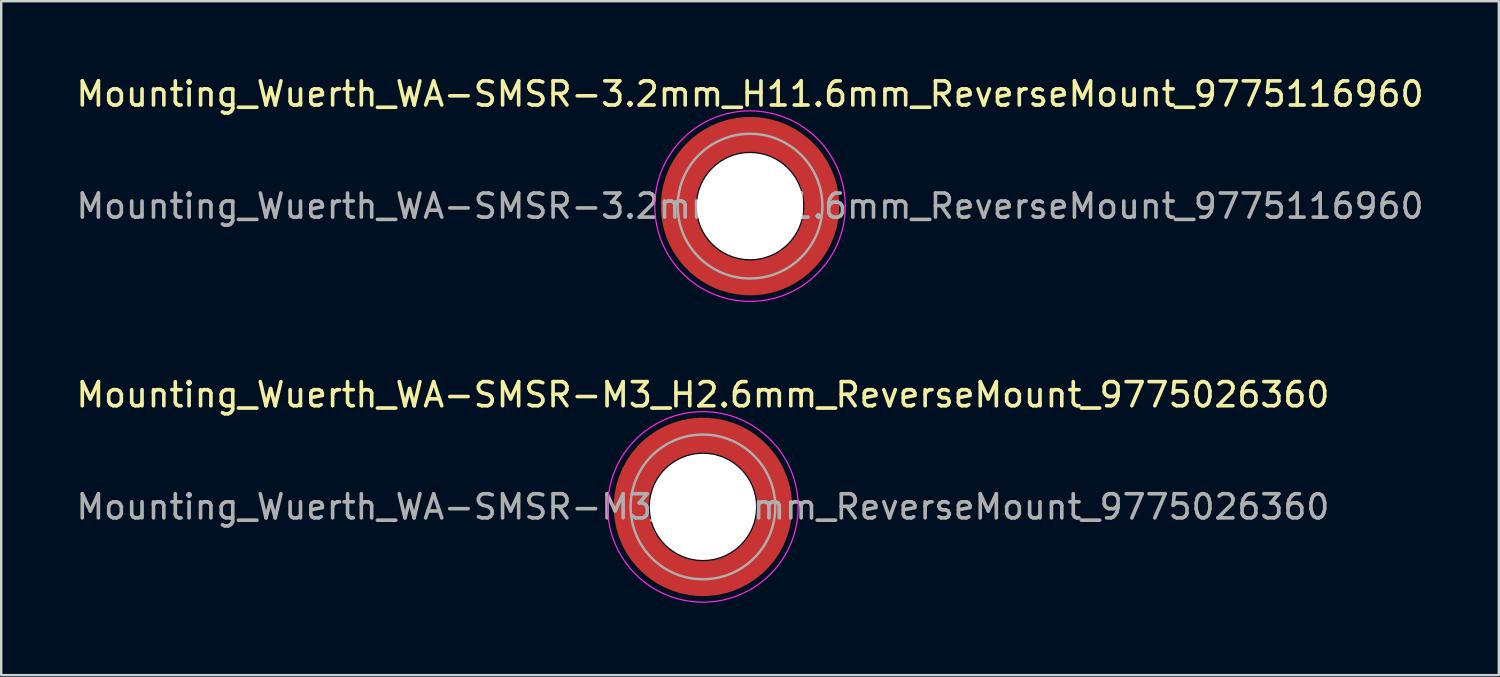
<source format=kicad_pcb>
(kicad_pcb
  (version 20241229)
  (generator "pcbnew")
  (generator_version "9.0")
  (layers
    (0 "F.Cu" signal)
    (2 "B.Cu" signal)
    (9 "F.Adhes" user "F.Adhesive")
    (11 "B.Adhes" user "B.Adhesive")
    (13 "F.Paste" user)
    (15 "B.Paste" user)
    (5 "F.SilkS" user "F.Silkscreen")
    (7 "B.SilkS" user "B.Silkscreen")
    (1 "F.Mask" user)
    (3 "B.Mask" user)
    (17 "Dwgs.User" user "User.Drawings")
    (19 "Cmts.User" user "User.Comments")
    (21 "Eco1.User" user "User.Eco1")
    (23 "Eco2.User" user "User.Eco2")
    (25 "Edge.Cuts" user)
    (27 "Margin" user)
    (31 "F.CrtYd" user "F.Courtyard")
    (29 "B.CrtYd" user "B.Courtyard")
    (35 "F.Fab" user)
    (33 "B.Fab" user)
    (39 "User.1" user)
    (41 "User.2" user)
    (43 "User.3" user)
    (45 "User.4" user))
  (footprint "Mounting_Wuerth_WA-SMSR-M3_H2.6mm_ReverseMount_9775026360"
    (layer "F.Cu")
    (at 26.101 17.971)
    (property "Reference" "Mounting_Wuerth_WA-SMSR-M3_H2.6mm_ReverseMount_9775026360" (at 0 -4.65 0) (layer "F.SilkS") (effects (font (size 1 1) (thickness 0.15))))
    (property "Mouser Part no." "" (at 0 0 0) (layer "F.Fab") (effects (font (size 1.27 1.27) (thickness 0.15))))
    (property "Mouser link" "" (at 0 0 0) (layer "F.Fab") (effects (font (size 1.27 1.27) (thickness 0.15))))
    (attr smd)
    (fp_circle (center 0 0) (end 3.95 0) (stroke (width 0.05) (type solid)) (fill no) (layer "F.CrtYd"))
    (fp_circle (center 0 0) (end 3 0) (stroke (width 0.1) (type solid)) (fill no) (layer "F.Fab"))
    (fp_text user "${REFERENCE}" (at 0 0 0) (layer "F.Fab") (effects (font (size 1 1) (thickness 0.15))))
    (pad "" smd custom (at -2.095 -2.095) (size 0.945 0.945) (layers "F.Paste") (options (anchor circle)) (primitives (gr_arc (start -0.24231 1.594804) (mid 0.404104 0.405534) (end 1.592827 -0.241886) (width 0.2)) (gr_arc (start -0.3398 1.594804) (mid 0.335987 0.338711) (end 1.591031 -0.339022) (width 0.2)) (gr_arc (start -0.437132 1.594804) (mid 0.268952 0.270807) (end 1.592231 -0.436623) (width 0.2)) (gr_arc (start -0.534324 1.594804) (mid 0.201345 0.203474) (end 1.591846 -0.53376) (width 0.2)) (gr_arc (start -0.631391 1.594804) (mid 0.134696 0.135183) (end 1.594126 -0.631267) (width 0.2)) (gr_arc (start -0.728345 1.594804) (mid 0.067234 0.067705) (end 1.594149 -0.728229) (width 0.2)) (gr_arc (start -0.825197 1.594804) (mid -0.001218 0.001219) (end 1.591408 -0.824614) (width 0.2)) (gr_arc (start -0.921958 1.594804) (mid -0.068952 -0.065985) (end 1.590665 -0.921269) (width 0.2)) (gr_arc (start -1.018637 1.594804) (mid -0.135972 -0.133907) (end 1.59192 -1.018172) (width 0.2)) (gr_arc (start -1.115239 1.594804) (mid -0.20428 -0.200537) (end 1.589574 -1.11442) (width 0.2)) (gr_arc (start -1.211773 1.594804) (mid -0.26993 -0.269828) (end 1.594662 -1.211751) (width 0.2)) (gr_arc (start -1.308244 1.594804) (mid -0.33911 -0.335587) (end 1.589875 -1.307516) (width 0.2)) (gr_arc (start -1.404657 1.594804) (mid -0.405633 -0.404004) (end 1.592524 -1.404331) (width 0.2)) (gr_arc (start -1.404657 1.594804) (mid -0.405633 -0.404004) (end 1.592524 -1.404331) (width 0.2)) (gr_line (start 1.595 -0.242) (end 1.595 -1.405) (width 0.2)) (gr_line (start -0.242 1.595) (end -1.405 1.595) (width 0.2))))
    (pad "" smd custom (at -2.095 2.095) (size 0.945 0.945) (layers "F.Paste") (options (anchor circle)) (primitives (gr_arc (start 1.594804 0.24231) (mid 0.405534 -0.404104) (end -0.241886 -1.592827) (width 0.2)) (gr_arc (start 1.594804 0.3398) (mid 0.338711 -0.335987) (end -0.339022 -1.591031) (width 0.2)) (gr_arc (start 1.594804 0.437132) (mid 0.270807 -0.268952) (end -0.436623 -1.592231) (width 0.2)) (gr_arc (start 1.594804 0.534324) (mid 0.203474 -0.201345) (end -0.53376 -1.591846) (width 0.2)) (gr_arc (start 1.594804 0.631391) (mid 0.135183 -0.134696) (end -0.631267 -1.594126) (width 0.2)) (gr_arc (start 1.594804 0.728345) (mid 0.067705 -0.067234) (end -0.728229 -1.594149) (width 0.2)) (gr_arc (start 1.594804 0.825197) (mid 0.001219 0.001218) (end -0.824614 -1.591408) (width 0.2)) (gr_arc (start 1.594804 0.921958) (mid -0.065985 0.068952) (end -0.921269 -1.590665) (width 0.2)) (gr_arc (start 1.594804 1.018637) (mid -0.133907 0.135972) (end -1.018172 -1.59192) (width 0.2)) (gr_arc (start 1.594804 1.115239) (mid -0.200537 0.20428) (end -1.11442 -1.589574) (width 0.2)) (gr_arc (start 1.594804 1.211773) (mid -0.269828 0.26993) (end -1.211751 -1.594662) (width 0.2)) (gr_arc (start 1.594804 1.308244) (mid -0.335587 0.33911) (end -1.307516 -1.589875) (width 0.2)) (gr_arc (start 1.594804 1.404657) (mid -0.404004 0.405633) (end -1.404331 -1.592524) (width 0.2)) (gr_arc (start 1.594804 1.404657) (mid -0.404004 0.405633) (end -1.404331 -1.592524) (width 0.2)) (gr_line (start -0.242 -1.595) (end -1.405 -1.595) (width 0.2)) (gr_line (start 1.595 0.242) (end 1.595 1.405) (width 0.2))))
    (pad "" np_thru_hole circle (at 0 0) (size 4.4 4.4) (drill 4.4) (layers "*.Cu" "*.Mask"))
    (pad "" smd custom (at 2.095 -2.095) (size 0.945 0.945) (layers "F.Paste") (options (anchor circle)) (primitives (gr_arc (start -1.594804 -0.24231) (mid -0.405534 0.404104) (end 0.241886 1.592827) (width 0.2)) (gr_arc (start -1.594804 -0.3398) (mid -0.338711 0.335987) (end 0.339022 1.591031) (width 0.2)) (gr_arc (start -1.594804 -0.437132) (mid -0.270807 0.268952) (end 0.436623 1.592231) (width 0.2)) (gr_arc (start -1.594804 -0.534324) (mid -0.203474 0.201345) (end 0.53376 1.591846) (width 0.2)) (gr_arc (start -1.594804 -0.631391) (mid -0.135183 0.134696) (end 0.631267 1.594126) (width 0.2)) (gr_arc (start -1.594804 -0.728345) (mid -0.067705 0.067234) (end 0.728229 1.594149) (width 0.2)) (gr_arc (start -1.594804 -0.825197) (mid -0.001219 -0.001218) (end 0.824614 1.591408) (width 0.2)) (gr_arc (start -1.594804 -0.921958) (mid 0.065985 -0.068952) (end 0.921269 1.590665) (width 0.2)) (gr_arc (start -1.594804 -1.018637) (mid 0.133907 -0.135972) (end 1.018172 1.59192) (width 0.2)) (gr_arc (start -1.594804 -1.115239) (mid 0.200537 -0.20428) (end 1.11442 1.589574) (width 0.2)) (gr_arc (start -1.594804 -1.211773) (mid 0.269828 -0.26993) (end 1.211751 1.594662) (width 0.2)) (gr_arc (start -1.594804 -1.308244) (mid 0.335587 -0.33911) (end 1.307516 1.589875) (width 0.2)) (gr_arc (start -1.594804 -1.404657) (mid 0.404004 -0.405633) (end 1.404331 1.592524) (width 0.2)) (gr_arc (start -1.594804 -1.404657) (mid 0.404004 -0.405633) (end 1.404331 1.592524) (width 0.2)) (gr_line (start 0.242 1.595) (end 1.405 1.595) (width 0.2)) (gr_line (start -1.595 -0.242) (end -1.595 -1.405) (width 0.2))))
    (pad "" smd custom (at 2.095 2.095) (size 0.945 0.945) (layers "F.Paste") (options (anchor circle)) (primitives (gr_arc (start 0.24231 -1.594804) (mid -0.404104 -0.405534) (end -1.592827 0.241886) (width 0.2)) (gr_arc (start 0.3398 -1.594804) (mid -0.335987 -0.338711) (end -1.591031 0.339022) (width 0.2)) (gr_arc (start 0.437132 -1.594804) (mid -0.268952 -0.270807) (end -1.592231 0.436623) (width 0.2)) (gr_arc (start 0.534324 -1.594804) (mid -0.201345 -0.203474) (end -1.591846 0.53376) (width 0.2)) (gr_arc (start 0.631391 -1.594804) (mid -0.134696 -0.135183) (end -1.594126 0.631267) (width 0.2)) (gr_arc (start 0.728345 -1.594804) (mid -0.067234 -0.067705) (end -1.594149 0.728229) (width 0.2)) (gr_arc (start 0.825197 -1.594804) (mid 0.001218 -0.001219) (end -1.591408 0.824614) (width 0.2)) (gr_arc (start 0.921958 -1.594804) (mid 0.068952 0.065985) (end -1.590665 0.921269) (width 0.2)) (gr_arc (start 1.018637 -1.594804) (mid 0.135972 0.133907) (end -1.59192 1.018172) (width 0.2)) (gr_arc (start 1.115239 -1.594804) (mid 0.20428 0.200537) (end -1.589574 1.11442) (width 0.2)) (gr_arc (start 1.211773 -1.594804) (mid 0.26993 0.269828) (end -1.594662 1.211751) (width 0.2)) (gr_arc (start 1.308244 -1.594804) (mid 0.33911 0.335587) (end -1.589875 1.307516) (width 0.2)) (gr_arc (start 1.404657 -1.594804) (mid 0.405633 0.404004) (end -1.592524 1.404331) (width 0.2)) (gr_arc (start 1.404657 -1.594804) (mid 0.405633 0.404004) (end -1.592524 1.404331) (width 0.2)) (gr_line (start -1.595 0.242) (end -1.595 1.405) (width 0.2)) (gr_line (start 0.242 -1.595) (end 1.405 -1.595) (width 0.2))))
    (pad "1" smd circle (at -2.975 0) (size 1.05 1.05) (layers "F.Cu"))
    (pad "1" smd circle (at 0 -2.975) (size 1.05 1.05) (layers "F.Cu"))
    (pad "1" smd circle (at 0 2.975) (size 1.05 1.05) (layers "F.Cu"))
    (pad "1" smd custom (at 2.975 0) (size 1.05 1.05) (layers "F.Cu" "F.Mask") (options (anchor circle)) (primitives (gr_circle (center -2.975 0) (end 0 0) (width 1.45) (fill no)))))
  (footprint "Mounting_Wuerth_WA-SMSR-3.2mm_H11.6mm_ReverseMount_9775116960"
    (layer "F.Cu")
    (at 28.054 5.498)
    (property "Reference" "Mounting_Wuerth_WA-SMSR-3.2mm_H11.6mm_ReverseMount_9775116960" (at 0 -4.65 0) (layer "F.SilkS") (effects (font (size 1 1) (thickness 0.15))))
    (property "Mouser Part no." "" (at 0 0 0) (layer "F.Fab") (effects (font (size 1.27 1.27) (thickness 0.15))))
    (property "Mouser link" "" (at 0 0 0) (layer "F.Fab") (effects (font (size 1.27 1.27) (thickness 0.15))))
    (attr smd)
    (fp_circle (center 0 0) (end 3.95 0) (stroke (width 0.05) (type solid)) (fill no) (layer "F.CrtYd"))
    (fp_circle (center 0 0) (end 3 0) (stroke (width 0.1) (type solid)) (fill no) (layer "F.Fab"))
    (fp_text user "${REFERENCE}" (at 0 0 0) (layer "F.Fab") (effects (font (size 1 1) (thickness 0.15))))
    (pad "" smd custom (at -2.095 -2.095) (size 0.945 0.945) (layers "F.Paste") (options (anchor circle)) (primitives (gr_arc (start -0.24231 1.594804) (mid 0.404104 0.405534) (end 1.592827 -0.241886) (width 0.2)) (gr_arc (start -0.3398 1.594804) (mid 0.335987 0.338711) (end 1.591031 -0.339022) (width 0.2)) (gr_arc (start -0.437132 1.594804) (mid 0.268952 0.270807) (end 1.592231 -0.436623) (width 0.2)) (gr_arc (start -0.534324 1.594804) (mid 0.201345 0.203474) (end 1.591846 -0.53376) (width 0.2)) (gr_arc (start -0.631391 1.594804) (mid 0.134696 0.135183) (end 1.594126 -0.631267) (width 0.2)) (gr_arc (start -0.728345 1.594804) (mid 0.067234 0.067705) (end 1.594149 -0.728229) (width 0.2)) (gr_arc (start -0.825197 1.594804) (mid -0.001218 0.001219) (end 1.591408 -0.824614) (width 0.2)) (gr_arc (start -0.921958 1.594804) (mid -0.068952 -0.065985) (end 1.590665 -0.921269) (width 0.2)) (gr_arc (start -1.018637 1.594804) (mid -0.135972 -0.133907) (end 1.59192 -1.018172) (width 0.2)) (gr_arc (start -1.115239 1.594804) (mid -0.20428 -0.200537) (end 1.589574 -1.11442) (width 0.2)) (gr_arc (start -1.211773 1.594804) (mid -0.26993 -0.269828) (end 1.594662 -1.211751) (width 0.2)) (gr_arc (start -1.308244 1.594804) (mid -0.33911 -0.335587) (end 1.589875 -1.307516) (width 0.2)) (gr_arc (start -1.404657 1.594804) (mid -0.405633 -0.404004) (end 1.592524 -1.404331) (width 0.2)) (gr_arc (start -1.404657 1.594804) (mid -0.405633 -0.404004) (end 1.592524 -1.404331) (width 0.2)) (gr_line (start 1.595 -0.242) (end 1.595 -1.405) (width 0.2)) (gr_line (start -0.242 1.595) (end -1.405 1.595) (width 0.2))))
    (pad "" smd custom (at -2.095 2.095) (size 0.945 0.945) (layers "F.Paste") (options (anchor circle)) (primitives (gr_arc (start 1.594804 0.24231) (mid 0.405534 -0.404104) (end -0.241886 -1.592827) (width 0.2)) (gr_arc (start 1.594804 0.3398) (mid 0.338711 -0.335987) (end -0.339022 -1.591031) (width 0.2)) (gr_arc (start 1.594804 0.437132) (mid 0.270807 -0.268952) (end -0.436623 -1.592231) (width 0.2)) (gr_arc (start 1.594804 0.534324) (mid 0.203474 -0.201345) (end -0.53376 -1.591846) (width 0.2)) (gr_arc (start 1.594804 0.631391) (mid 0.135183 -0.134696) (end -0.631267 -1.594126) (width 0.2)) (gr_arc (start 1.594804 0.728345) (mid 0.067705 -0.067234) (end -0.728229 -1.594149) (width 0.2)) (gr_arc (start 1.594804 0.825197) (mid 0.001219 0.001218) (end -0.824614 -1.591408) (width 0.2)) (gr_arc (start 1.594804 0.921958) (mid -0.065985 0.068952) (end -0.921269 -1.590665) (width 0.2)) (gr_arc (start 1.594804 1.018637) (mid -0.133907 0.135972) (end -1.018172 -1.59192) (width 0.2)) (gr_arc (start 1.594804 1.115239) (mid -0.200537 0.20428) (end -1.11442 -1.589574) (width 0.2)) (gr_arc (start 1.594804 1.211773) (mid -0.269828 0.26993) (end -1.211751 -1.594662) (width 0.2)) (gr_arc (start 1.594804 1.308244) (mid -0.335587 0.33911) (end -1.307516 -1.589875) (width 0.2)) (gr_arc (start 1.594804 1.404657) (mid -0.404004 0.405633) (end -1.404331 -1.592524) (width 0.2)) (gr_arc (start 1.594804 1.404657) (mid -0.404004 0.405633) (end -1.404331 -1.592524) (width 0.2)) (gr_line (start -0.242 -1.595) (end -1.405 -1.595) (width 0.2)) (gr_line (start 1.595 0.242) (end 1.595 1.405) (width 0.2))))
    (pad "" np_thru_hole circle (at 0 0) (size 4.4 4.4) (drill 4.4) (layers "*.Cu" "*.Mask"))
    (pad "" smd custom (at 2.095 -2.095) (size 0.945 0.945) (layers "F.Paste") (options (anchor circle)) (primitives (gr_arc (start -1.594804 -0.24231) (mid -0.405534 0.404104) (end 0.241886 1.592827) (width 0.2)) (gr_arc (start -1.594804 -0.3398) (mid -0.338711 0.335987) (end 0.339022 1.591031) (width 0.2)) (gr_arc (start -1.594804 -0.437132) (mid -0.270807 0.268952) (end 0.436623 1.592231) (width 0.2)) (gr_arc (start -1.594804 -0.534324) (mid -0.203474 0.201345) (end 0.53376 1.591846) (width 0.2)) (gr_arc (start -1.594804 -0.631391) (mid -0.135183 0.134696) (end 0.631267 1.594126) (width 0.2)) (gr_arc (start -1.594804 -0.728345) (mid -0.067705 0.067234) (end 0.728229 1.594149) (width 0.2)) (gr_arc (start -1.594804 -0.825197) (mid -0.001219 -0.001218) (end 0.824614 1.591408) (width 0.2)) (gr_arc (start -1.594804 -0.921958) (mid 0.065985 -0.068952) (end 0.921269 1.590665) (width 0.2)) (gr_arc (start -1.594804 -1.018637) (mid 0.133907 -0.135972) (end 1.018172 1.59192) (width 0.2)) (gr_arc (start -1.594804 -1.115239) (mid 0.200537 -0.20428) (end 1.11442 1.589574) (width 0.2)) (gr_arc (start -1.594804 -1.211773) (mid 0.269828 -0.26993) (end 1.211751 1.594662) (width 0.2)) (gr_arc (start -1.594804 -1.308244) (mid 0.335587 -0.33911) (end 1.307516 1.589875) (width 0.2)) (gr_arc (start -1.594804 -1.404657) (mid 0.404004 -0.405633) (end 1.404331 1.592524) (width 0.2)) (gr_arc (start -1.594804 -1.404657) (mid 0.404004 -0.405633) (end 1.404331 1.592524) (width 0.2)) (gr_line (start 0.242 1.595) (end 1.405 1.595) (width 0.2)) (gr_line (start -1.595 -0.242) (end -1.595 -1.405) (width 0.2))))
    (pad "" smd custom (at 2.095 2.095) (size 0.945 0.945) (layers "F.Paste") (options (anchor circle)) (primitives (gr_arc (start 0.24231 -1.594804) (mid -0.404104 -0.405534) (end -1.592827 0.241886) (width 0.2)) (gr_arc (start 0.3398 -1.594804) (mid -0.335987 -0.338711) (end -1.591031 0.339022) (width 0.2)) (gr_arc (start 0.437132 -1.594804) (mid -0.268952 -0.270807) (end -1.592231 0.436623) (width 0.2)) (gr_arc (start 0.534324 -1.594804) (mid -0.201345 -0.203474) (end -1.591846 0.53376) (width 0.2)) (gr_arc (start 0.631391 -1.594804) (mid -0.134696 -0.135183) (end -1.594126 0.631267) (width 0.2)) (gr_arc (start 0.728345 -1.594804) (mid -0.067234 -0.067705) (end -1.594149 0.728229) (width 0.2)) (gr_arc (start 0.825197 -1.594804) (mid 0.001218 -0.001219) (end -1.591408 0.824614) (width 0.2)) (gr_arc (start 0.921958 -1.594804) (mid 0.068952 0.065985) (end -1.590665 0.921269) (width 0.2)) (gr_arc (start 1.018637 -1.594804) (mid 0.135972 0.133907) (end -1.59192 1.018172) (width 0.2)) (gr_arc (start 1.115239 -1.594804) (mid 0.20428 0.200537) (end -1.589574 1.11442) (width 0.2)) (gr_arc (start 1.211773 -1.594804) (mid 0.26993 0.269828) (end -1.594662 1.211751) (width 0.2)) (gr_arc (start 1.308244 -1.594804) (mid 0.33911 0.335587) (end -1.589875 1.307516) (width 0.2)) (gr_arc (start 1.404657 -1.594804) (mid 0.405633 0.404004) (end -1.592524 1.404331) (width 0.2)) (gr_arc (start 1.404657 -1.594804) (mid 0.405633 0.404004) (end -1.592524 1.404331) (width 0.2)) (gr_line (start -1.595 0.242) (end -1.595 1.405) (width 0.2)) (gr_line (start 0.242 -1.595) (end 1.405 -1.595) (width 0.2))))
    (pad "1" smd circle (at -2.975 0) (size 1.05 1.05) (layers "F.Cu"))
    (pad "1" smd circle (at 0 -2.975) (size 1.05 1.05) (layers "F.Cu"))
    (pad "1" smd circle (at 0 2.975) (size 1.05 1.05) (layers "F.Cu"))
    (pad "1" smd custom (at 2.975 0) (size 1.05 1.05) (layers "F.Cu" "F.Mask") (options (anchor circle)) (primitives (gr_circle (center -2.975 0) (end 0 0) (width 1.45) (fill no)))))
  (gr_rect
    (start -3 -3)
    (end 59.107 24.947)
    (stroke (width 0.1) (type default))
    (fill no)
    (layer "Edge.Cuts")))
</source>
